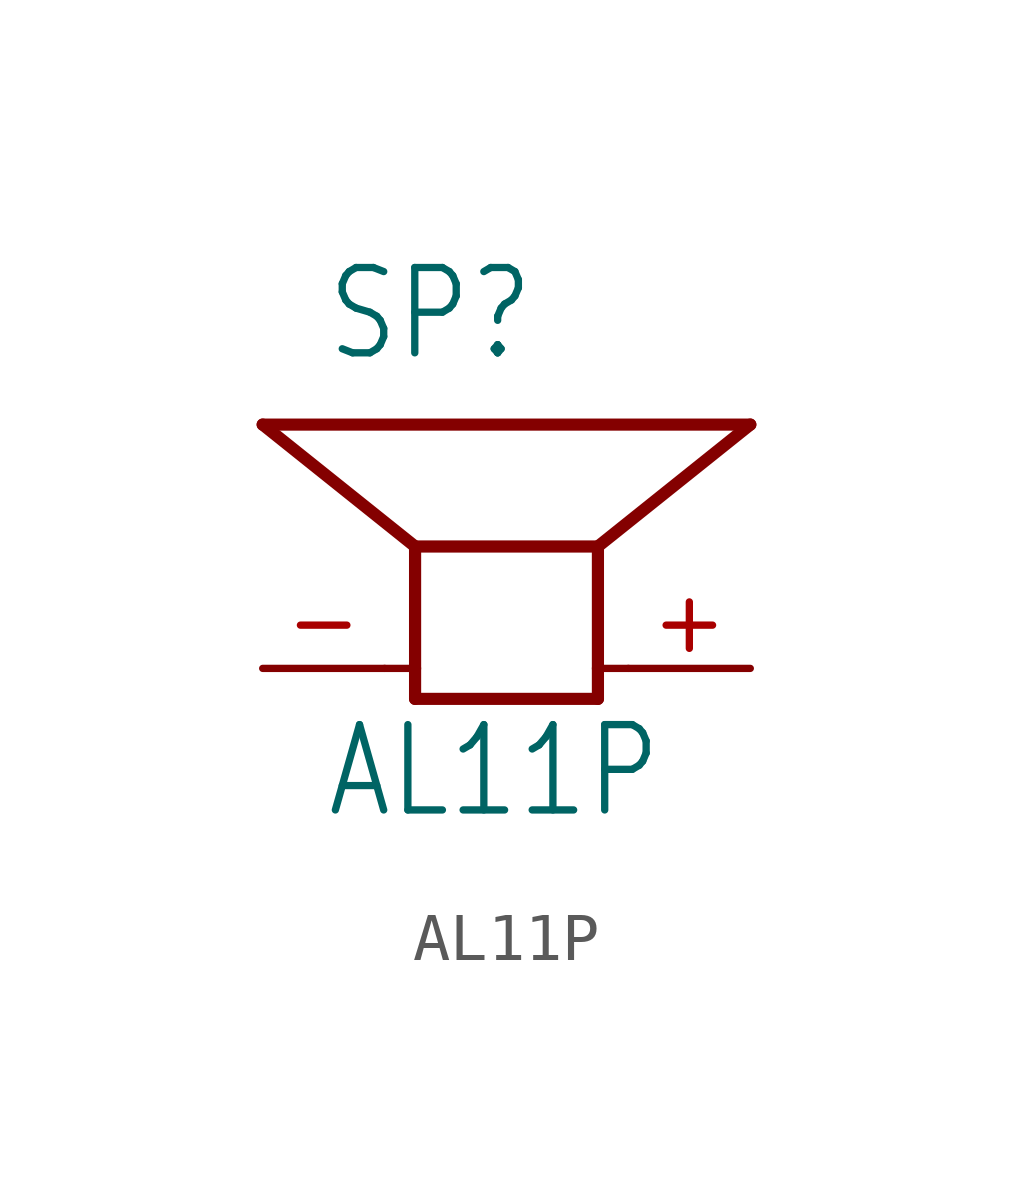
<source format=kicad_sym>
(kicad_symbol_lib
  (version 20211014)
  (generator kicad_symbol_editor)
  (symbol "AL11P"
    (property "Reference" "SP"
      (at -3.81 6.35 0)
      (effects (font (size 1.778 1.511)) (justify left bottom)))
    (property "Value" "AL11P"
      (at -3.81 -3.175 0)
      (effects (font (size 1.778 1.511)) (justify left bottom)))
    (property "ki_locked" ""
      (at 0 0 0)
      (effects (font (size 1.27 1.27))))
    (symbol "AL11P_1_0"
      (polyline (pts (xy -2.54 0) (xy -1.905 0)) (stroke (width 0.152) (type default) (color 0 0 0 0)) (fill (type none)))
      (polyline (pts (xy -1.905 -0.635) (xy -1.905 0)) (stroke (width 0.254) (type default) (color 0 0 0 0)) (fill (type none)))
      (polyline (pts (xy -1.905 -0.635) (xy 1.905 -0.635)) (stroke (width 0.254) (type default) (color 0 0 0 0)) (fill (type none)))
      (polyline (pts (xy -1.905 0) (xy -1.905 2.54)) (stroke (width 0.254) (type default) (color 0 0 0 0)) (fill (type none)))
      (polyline (pts (xy -1.905 2.54) (xy -5.08 5.08)) (stroke (width 0.254) (type default) (color 0 0 0 0)) (fill (type none)))
      (polyline (pts (xy 1.905 -0.635) (xy 1.905 0)) (stroke (width 0.254) (type default) (color 0 0 0 0)) (fill (type none)))
      (polyline (pts (xy 1.905 0) (xy 1.905 2.54)) (stroke (width 0.254) (type default) (color 0 0 0 0)) (fill (type none)))
      (polyline (pts (xy 1.905 2.54) (xy -1.905 2.54)) (stroke (width 0.254) (type default) (color 0 0 0 0)) (fill (type none)))
      (polyline (pts (xy 1.905 2.54) (xy 5.08 5.08)) (stroke (width 0.254) (type default) (color 0 0 0 0)) (fill (type none)))
      (polyline (pts (xy 2.54 0) (xy 1.905 0)) (stroke (width 0.152) (type default) (color 0 0 0 0)) (fill (type none)))
      (polyline (pts (xy 5.08 5.08) (xy -5.08 5.08)) (stroke (width 0.254) (type default) (color 0 0 0 0)) (fill (type none)))
      (pin passive line (at 5.08 0 180) (length 2.54) (name "2" (effects (font (size 0 0)))) (number "+" (effects (font (size 1.27 1.27)))))
      (pin passive line (at -5.08 0 0) (length 2.54) (name "1" (effects (font (size 0 0)))) (number "-" (effects (font (size 1.27 1.27))))))))
</source>
